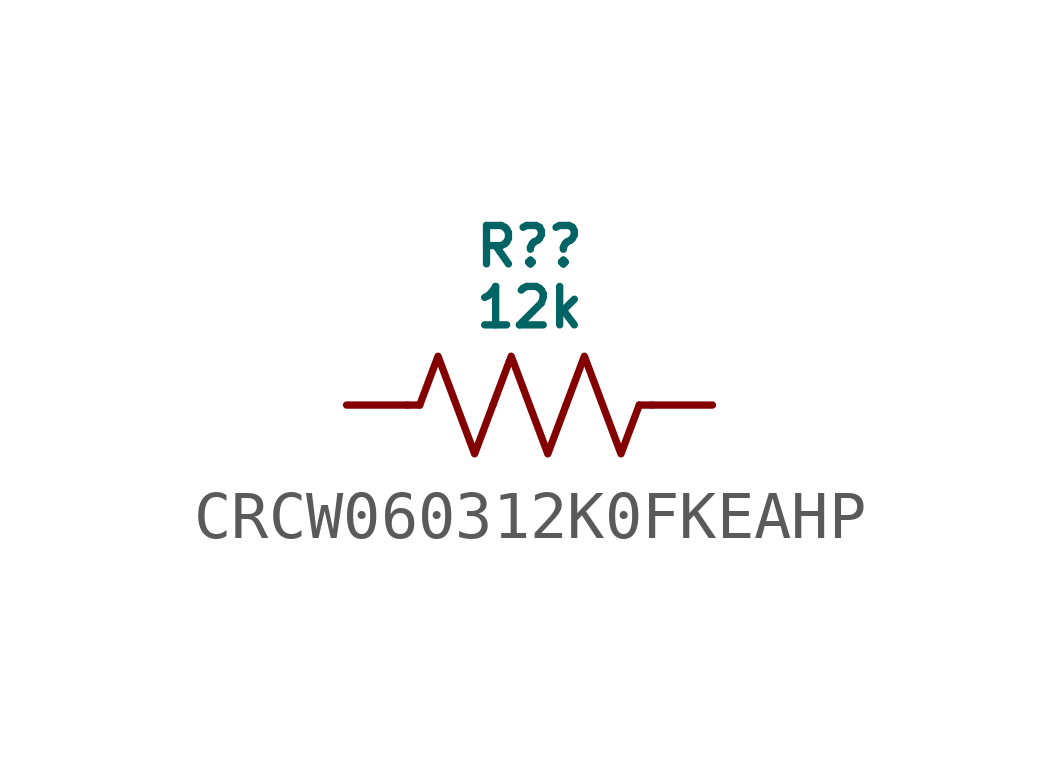
<source format=kicad_sym>
(kicad_symbol_lib
  (version 20231120)
  (generator "kicad_symbol_editor")
  (generator_version "8.0")
  (symbol "CRCW060312K0FKEAHP"
    (pin_numbers hide)
    (pin_names hide)
    (property "Reference" "R?"
      (at 0 3.302 0)
      (do_not_autoplace)
      (effects (font (size 0.8 0.8))))
    (property "Value" "12k"
      (at 0 2.032 0)
      (do_not_autoplace)
      (effects (font (size 0.8 0.8))))
    (symbol "CRCW060312K0FKEAHP_0_1"
      (polyline (pts (xy -2.286 0) (xy -2.54 0)) (stroke (width 0) (type default)) (fill (type none)))
      (polyline (pts (xy 2.286 0) (xy 2.54 0)) (stroke (width 0) (type default)) (fill (type none)))
      (polyline (pts (xy -2.286 0) (xy -1.905 1.016) (xy -1.524 0) (xy -1.143 -1.016) (xy -0.762 0)) (stroke (width 0) (type default)) (fill (type none)))
      (polyline (pts (xy -0.762 0) (xy -0.381 1.016) (xy 0 0) (xy 0.381 -1.016) (xy 0.762 0)) (stroke (width 0) (type default)) (fill (type none)))
      (polyline (pts (xy 0.762 0) (xy 1.143 1.016) (xy 1.524 0) (xy 1.905 -1.016) (xy 2.286 0)) (stroke (width 0) (type default)) (fill (type none))))
    (symbol "CRCW060312K0FKEAHP_1_0"
      (pin passive line (at -3.81 0 0) (length 1.27) (name "" (effects (font (size 0.8 0.8)))) (number "1" (effects (font (size 0.8 0.8)))))
      (pin passive line (at 3.81 0 180) (length 1.27) (name "" (effects (font (size 0.8 0.8)))) (number "2" (effects (font (size 0.8 0.8))))))))
</source>
